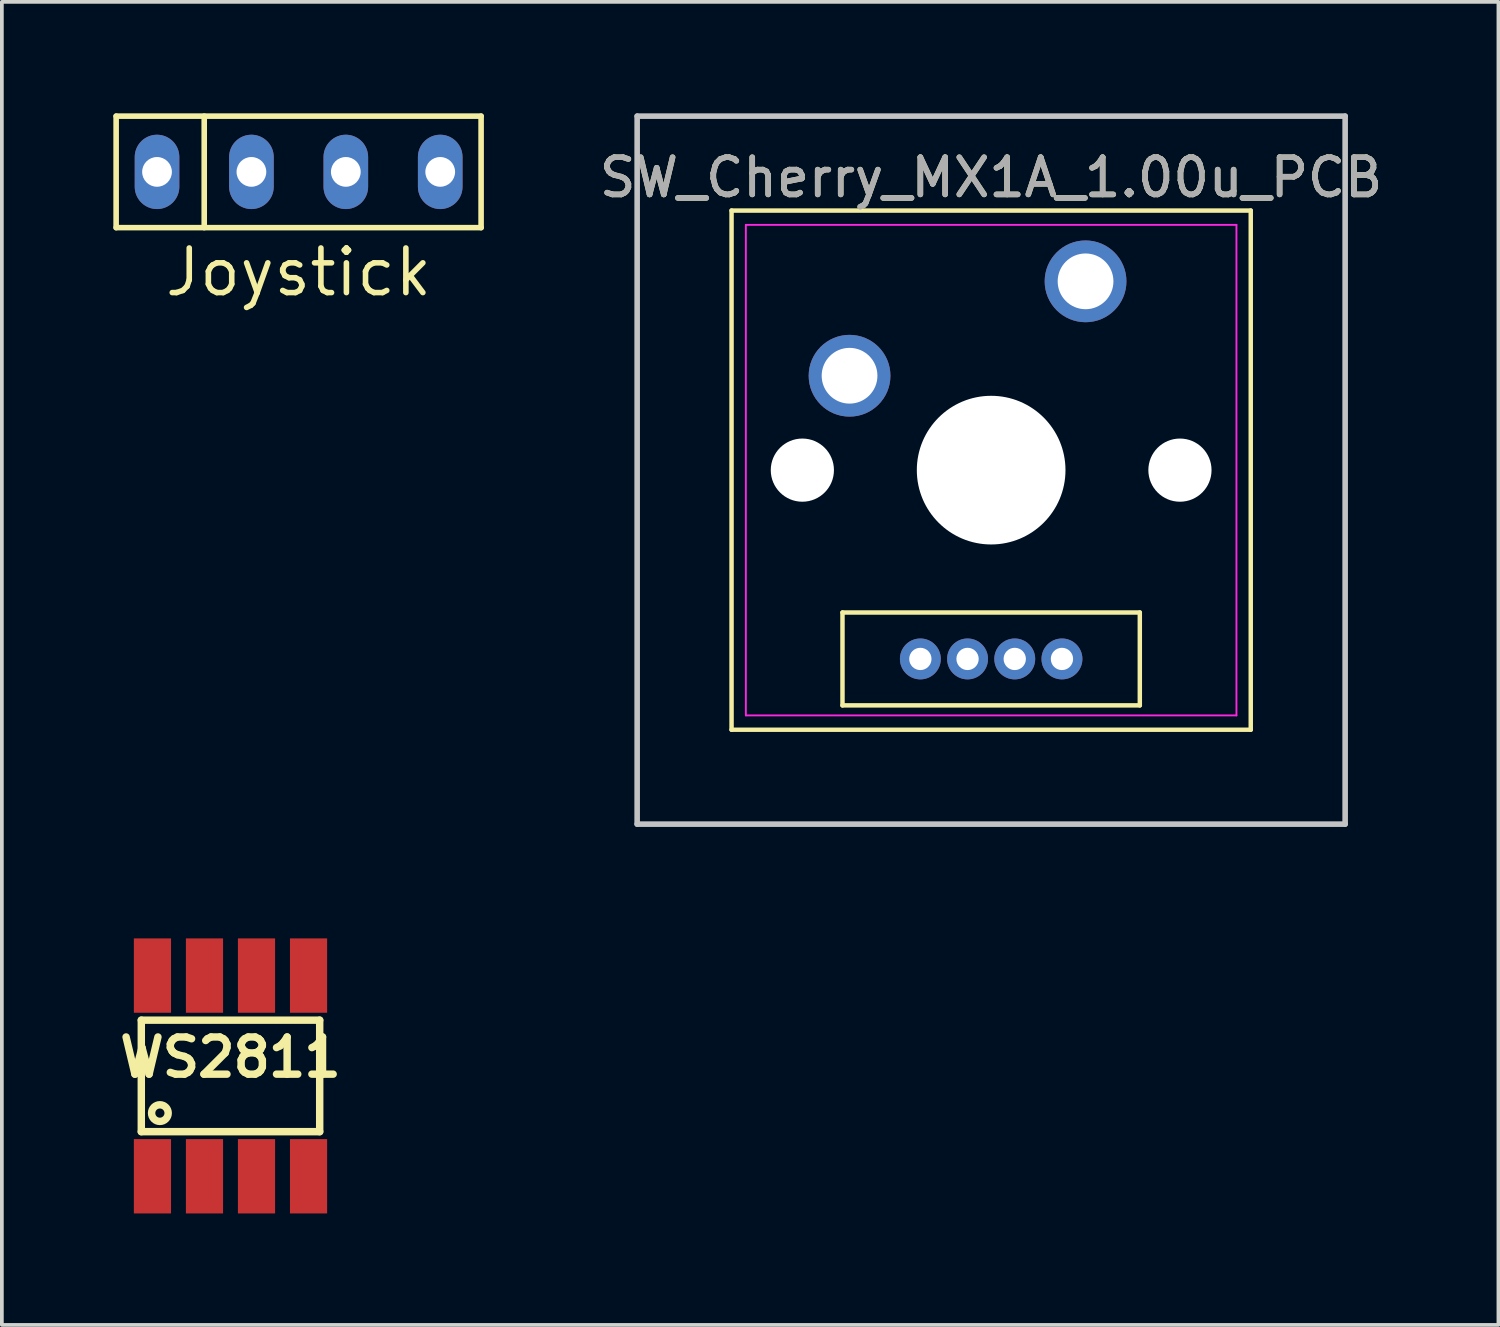
<source format=kicad_pcb>
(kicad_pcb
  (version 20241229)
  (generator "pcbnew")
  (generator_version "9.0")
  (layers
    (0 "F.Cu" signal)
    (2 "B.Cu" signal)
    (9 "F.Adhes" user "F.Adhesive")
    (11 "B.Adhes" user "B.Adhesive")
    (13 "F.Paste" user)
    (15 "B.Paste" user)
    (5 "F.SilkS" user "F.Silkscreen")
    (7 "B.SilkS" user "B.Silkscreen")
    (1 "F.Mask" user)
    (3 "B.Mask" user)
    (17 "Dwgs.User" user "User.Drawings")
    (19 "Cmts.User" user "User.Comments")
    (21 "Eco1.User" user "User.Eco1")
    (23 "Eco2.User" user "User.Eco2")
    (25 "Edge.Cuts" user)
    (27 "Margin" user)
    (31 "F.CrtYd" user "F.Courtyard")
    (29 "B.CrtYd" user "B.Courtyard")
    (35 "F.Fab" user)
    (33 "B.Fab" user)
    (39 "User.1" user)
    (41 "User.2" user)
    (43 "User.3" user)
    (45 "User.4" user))
  (footprint "WS2811"
    (layer "F.Cu")
    (at 3.152 25.9)
    (property "Reference" "WS2811" (at 0 -0.5 0) (layer "F.SilkS") (effects (font (size 1 1) (thickness 0.2))))
    (attr through_hole)
    (fp_line (start -2.4 -1.5) (end -2.4 1.5) (stroke (width 0.2) (type solid)) (layer "F.SilkS"))
    (fp_line (start -2.4 -1.5) (end 2.4 -1.5) (stroke (width 0.2) (type solid)) (layer "F.SilkS"))
    (fp_line (start -2.4 1.5) (end 2.4 1.5) (stroke (width 0.2) (type solid)) (layer "F.SilkS"))
    (fp_line (start 2.4 -1.5) (end 2.4 1.5) (stroke (width 0.2) (type solid)) (layer "F.SilkS"))
    (fp_circle (center -1.9 1) (end -1.8 1.2) (stroke (width 0.2) (type solid)) (fill no) (layer "F.SilkS"))
    (pad "1" smd rect (at -2.1 2.7) (size 1 2) (layers "F.Cu" "F.Mask" "F.Paste"))
    (pad "2" smd rect (at -0.7 2.7) (size 1 2) (layers "F.Cu" "F.Mask" "F.Paste"))
    (pad "3" smd rect (at 0.7 2.7) (size 1 2) (layers "F.Cu" "F.Mask" "F.Paste"))
    (pad "4" smd rect (at 2.1 2.7) (size 1 2) (layers "F.Cu" "F.Mask" "F.Paste"))
    (pad "5" smd rect (at 2.1 -2.7) (size 1 2) (layers "F.Cu" "F.Mask" "F.Paste"))
    (pad "6" smd rect (at 0.7 -2.7) (size 1 2) (layers "F.Cu" "F.Mask" "F.Paste"))
    (pad "7" smd rect (at -0.7 -2.7) (size 1 2) (layers "F.Cu" "F.Mask" "F.Paste"))
    (pad "8" smd rect (at -2.1 -2.7) (size 1 2) (layers "F.Cu" "F.Mask" "F.Paste")))
  (footprint "SW_Cherry_MX1A_1.00u_PCB"
    (layer "F.Cu")
    (at 26.159 4.52)
    (property "Reference" "SW_Cherry_MX1A_1.00u_PCB" (at -2.54 -2.794 0) (layer "F.SilkS") (effects (font (size 1 1) (thickness 0.15))))
    (attr through_hole)
    (fp_line (start -9.525 -1.905) (end 4.445 -1.905) (stroke (width 0.12) (type solid)) (layer "F.SilkS"))
    (fp_line (start -9.525 12.065) (end -9.525 -1.905) (stroke (width 0.12) (type solid)) (layer "F.SilkS"))
    (fp_line (start -6.54 8.91) (end -6.54 11.41) (stroke (width 0.12) (type solid)) (layer "F.SilkS"))
    (fp_line (start -6.54 8.91) (end 1.46 8.91) (stroke (width 0.12) (type solid)) (layer "F.SilkS"))
    (fp_line (start -6.54 11.41) (end 1.46 11.41) (stroke (width 0.12) (type solid)) (layer "F.SilkS"))
    (fp_line (start 1.46 8.91) (end 1.46 11.41) (stroke (width 0.12) (type solid)) (layer "F.SilkS"))
    (fp_line (start 4.445 -1.905) (end 4.445 12.065) (stroke (width 0.12) (type solid)) (layer "F.SilkS"))
    (fp_line (start 4.445 12.065) (end -9.525 12.065) (stroke (width 0.12) (type solid)) (layer "F.SilkS"))
    (fp_line (start -12.065 -4.445) (end 6.985 -4.445) (stroke (width 0.15) (type solid)) (layer "Dwgs.User"))
    (fp_line (start -12.065 14.605) (end -12.065 -4.445) (stroke (width 0.15) (type solid)) (layer "Dwgs.User"))
    (fp_line (start 6.985 -4.445) (end 6.985 14.605) (stroke (width 0.15) (type solid)) (layer "Dwgs.User"))
    (fp_line (start 6.985 14.605) (end -12.065 14.605) (stroke (width 0.15) (type solid)) (layer "Dwgs.User"))
    (fp_line (start -9.14 -1.52) (end 4.06 -1.52) (stroke (width 0.05) (type solid)) (layer "F.CrtYd"))
    (fp_line (start -9.14 11.68) (end -9.14 -1.52) (stroke (width 0.05) (type solid)) (layer "F.CrtYd"))
    (fp_line (start 4.06 -1.52) (end 4.06 11.68) (stroke (width 0.05) (type solid)) (layer "F.CrtYd"))
    (fp_line (start 4.06 11.68) (end -9.14 11.68) (stroke (width 0.05) (type solid)) (layer "F.CrtYd"))
    (fp_text user "${REFERENCE}" (at -2.54 -2.794 0) (layer "F.Fab") (effects (font (size 1 1) (thickness 0.15))))
    (pad "" np_thru_hole circle (at -7.62 5.08) (size 1.7 1.7) (drill 1.7) (layers "*.Cu" "*.Mask"))
    (pad "" np_thru_hole circle (at -2.54 5.08) (size 4 4) (drill 4) (layers "*.Cu" "*.Mask"))
    (pad "" np_thru_hole circle (at 2.54 5.08) (size 1.7 1.7) (drill 1.7) (layers "*.Cu" "*.Mask"))
    (pad "1" thru_hole circle (at 0 0) (size 2.2 2.2) (drill 1.5) (layers "*.Cu" "*.Mask"))
    (pad "2" thru_hole circle (at -6.35 2.54) (size 2.2 2.2) (drill 1.5) (layers "*.Cu" "*.Mask"))
    (pad "3" thru_hole circle (at -0.635 10.16) (size 1.1 1.1) (drill 0.6) (layers "*.Cu" "*.Mask"))
    (pad "4" thru_hole circle (at -1.905 10.16) (size 1.1 1.1) (drill 0.6) (layers "*.Cu" "*.Mask"))
    (pad "5" thru_hole circle (at -3.175 10.16) (size 1.1 1.1) (drill 0.6) (layers "*.Cu" "*.Mask"))
    (pad "6" thru_hole circle (at -4.445 10.16) (size 1.1 1.1) (drill 0.6) (layers "*.Cu" "*.Mask")))
  (footprint "Joystick"
    (layer "F.Cu")
    (at 4.985 1.575)
    (property "Reference" "Joystick" (at 0 2.7 0) (layer "F.SilkS") (effects (font (size 1.2 1.2) (thickness 0.15))))
    (attr through_hole)
    (fp_line (start -4.91 -1.5) (end 4.91 -1.5) (stroke (width 0.15) (type solid)) (layer "F.SilkS"))
    (fp_line (start -4.91 1.5) (end -4.91 -1.5) (stroke (width 0.15) (type solid)) (layer "F.SilkS"))
    (fp_line (start -2.54 -1.5) (end -2.54 1.5) (stroke (width 0.15) (type solid)) (layer "F.SilkS"))
    (fp_line (start 4.91 -1.5) (end 4.91 1.5) (stroke (width 0.15) (type solid)) (layer "F.SilkS"))
    (fp_line (start 4.91 1.5) (end -4.91 1.5) (stroke (width 0.15) (type solid)) (layer "F.SilkS"))
    (pad "1" thru_hole oval (at -3.81 0) (size 1.2 2) (drill 0.8) (layers "*.Cu" "*.Mask"))
    (pad "2" thru_hole oval (at -1.27 0) (size 1.2 2) (drill 0.8) (layers "*.Cu" "*.Mask"))
    (pad "3" thru_hole oval (at 1.27 0) (size 1.2 2) (drill 0.8) (layers "*.Cu" "*.Mask"))
    (pad "4" thru_hole oval (at 3.81 0) (size 1.2 2) (drill 0.8) (layers "*.Cu" "*.Mask")))
  (gr_rect
    (start -3 -3)
    (end 37.268 32.6)
    (stroke (width 0.1) (type default))
    (fill no)
    (layer "Edge.Cuts")))
</source>
